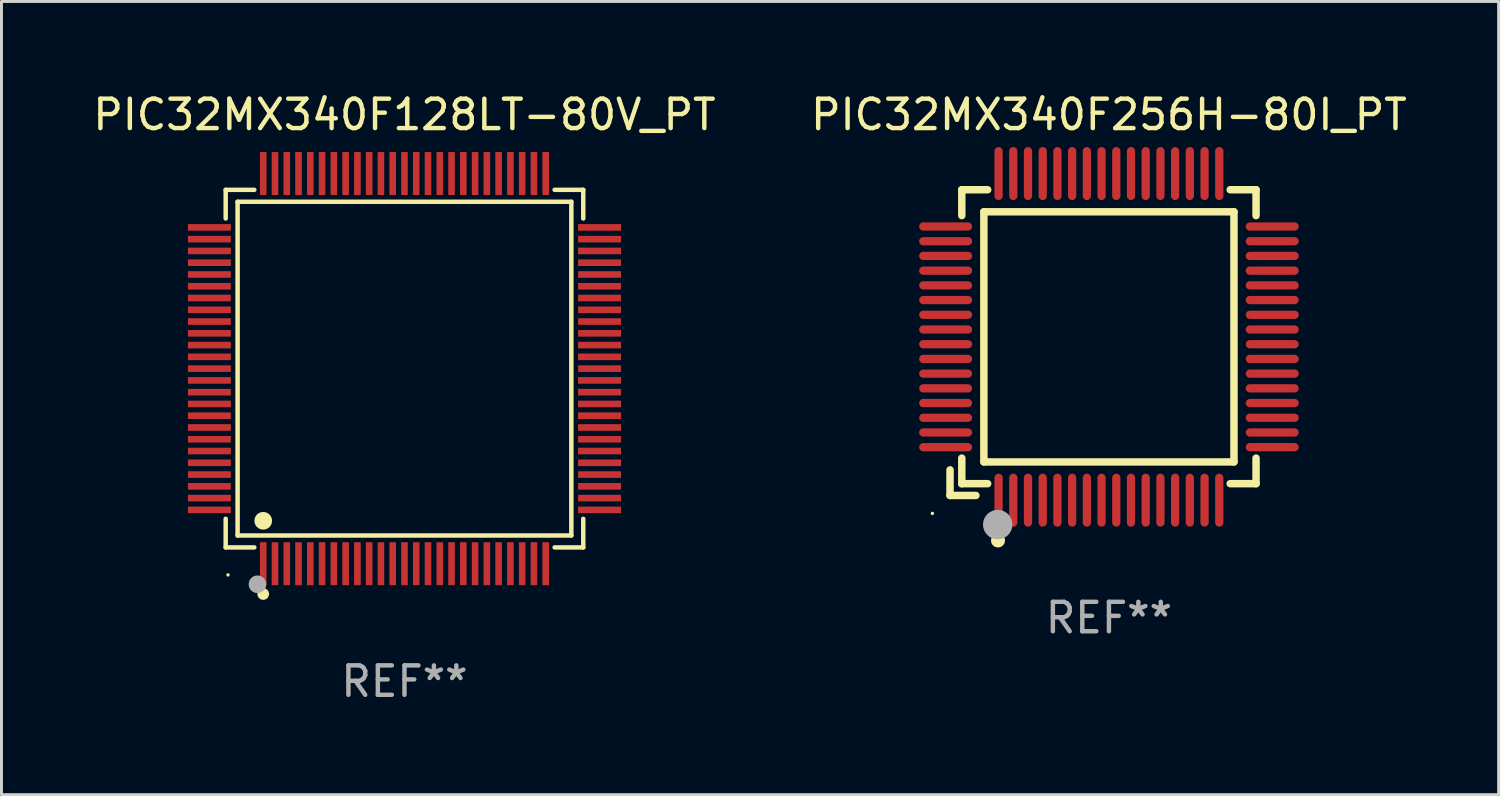
<source format=kicad_pcb>
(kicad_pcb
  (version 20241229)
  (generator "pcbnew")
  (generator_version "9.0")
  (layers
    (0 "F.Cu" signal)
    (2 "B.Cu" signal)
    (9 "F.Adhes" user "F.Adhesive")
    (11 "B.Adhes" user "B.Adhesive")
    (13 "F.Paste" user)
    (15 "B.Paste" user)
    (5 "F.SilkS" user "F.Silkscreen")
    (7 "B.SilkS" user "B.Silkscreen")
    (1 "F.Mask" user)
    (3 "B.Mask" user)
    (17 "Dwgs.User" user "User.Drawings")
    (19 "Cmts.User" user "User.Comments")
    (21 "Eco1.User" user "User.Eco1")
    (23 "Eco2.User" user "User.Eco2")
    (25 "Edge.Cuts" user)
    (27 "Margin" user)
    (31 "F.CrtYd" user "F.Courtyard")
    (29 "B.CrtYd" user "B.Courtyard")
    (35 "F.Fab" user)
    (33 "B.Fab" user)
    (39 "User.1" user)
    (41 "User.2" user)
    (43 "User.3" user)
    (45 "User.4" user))
  (footprint "PIC32MX340F256H-80I_PT"
    (layer "F.Cu")
    (at 34.637 8.398)
    (property "Reference" "PIC32MX340F256H-80I_PT" (at 0 -7.55 0) (layer "F.SilkS") (effects (font (size 1 1) (thickness 0.15))))
    (attr through_hole)
    (fp_line (start -5.4 4.521) (end -5.4 5.39) (stroke (width 0.254) (type solid)) (layer "F.SilkS"))
    (fp_line (start -5.4 5.39) (end -4.521 5.39) (stroke (width 0.254) (type solid)) (layer "F.SilkS"))
    (fp_line (start -5 -5) (end -5 -4.121) (stroke (width 0.254) (type solid)) (layer "F.SilkS"))
    (fp_line (start -5 4.121) (end -5 4.99) (stroke (width 0.254) (type solid)) (layer "F.SilkS"))
    (fp_line (start -5 4.99) (end -4.121 4.99) (stroke (width 0.254) (type solid)) (layer "F.SilkS"))
    (fp_line (start -4.25 -4.25) (end -4.25 4.25) (stroke (width 0.254) (type solid)) (layer "F.SilkS"))
    (fp_line (start -4.25 4.25) (end 4.25 4.25) (stroke (width 0.254) (type solid)) (layer "F.SilkS"))
    (fp_line (start -4.121 -5) (end -5 -5) (stroke (width 0.254) (type solid)) (layer "F.SilkS"))
    (fp_line (start 4.121 4.99) (end 5 4.99) (stroke (width 0.254) (type solid)) (layer "F.SilkS"))
    (fp_line (start 4.25 -4.25) (end -4.25 -4.25) (stroke (width 0.254) (type solid)) (layer "F.SilkS"))
    (fp_line (start 4.25 4.25) (end 4.25 -4.25) (stroke (width 0.254) (type solid)) (layer "F.SilkS"))
    (fp_line (start 5 -5) (end 4.121 -5) (stroke (width 0.254) (type solid)) (layer "F.SilkS"))
    (fp_line (start 5 -4.121) (end 5 -5) (stroke (width 0.254) (type solid)) (layer "F.SilkS"))
    (fp_line (start 5 4.99) (end 5 4.121) (stroke (width 0.254) (type solid)) (layer "F.SilkS"))
    (fp_circle (center -6 6) (end -5.97 6) (stroke (width 0.06) (type solid)) (fill no) (layer "F.SilkS"))
    (fp_circle (center -3.77 6.92) (end -3.65 6.92) (stroke (width 0.24) (type solid)) (fill no) (layer "F.SilkS"))
    (fp_circle (center -3.78 6.38) (end -3.53 6.38) (stroke (width 0.5) (type solid)) (fill no) (layer "F.Fab"))
    (fp_text user "REF**" (at 0 9.55 0) (layer "F.Fab") (effects (font (size 1 1) (thickness 0.15))))
    (pad "1" smd oval (at -3.75 5.55) (size 0.28 1.8) (layers "F.Cu" "F.Mask" "F.Paste"))
    (pad "2" smd oval (at -3.25 5.55) (size 0.28 1.8) (layers "F.Cu" "F.Mask" "F.Paste"))
    (pad "3" smd oval (at -2.75 5.55) (size 0.28 1.8) (layers "F.Cu" "F.Mask" "F.Paste"))
    (pad "4" smd oval (at -2.25 5.55) (size 0.28 1.8) (layers "F.Cu" "F.Mask" "F.Paste"))
    (pad "5" smd oval (at -1.75 5.55) (size 0.28 1.8) (layers "F.Cu" "F.Mask" "F.Paste"))
    (pad "6" smd oval (at -1.25 5.55) (size 0.28 1.8) (layers "F.Cu" "F.Mask" "F.Paste"))
    (pad "7" smd oval (at -0.75 5.55) (size 0.28 1.8) (layers "F.Cu" "F.Mask" "F.Paste"))
    (pad "8" smd oval (at -0.25 5.55) (size 0.28 1.8) (layers "F.Cu" "F.Mask" "F.Paste"))
    (pad "9" smd oval (at 0.25 5.55) (size 0.28 1.8) (layers "F.Cu" "F.Mask" "F.Paste"))
    (pad "10" smd oval (at 0.75 5.55) (size 0.28 1.8) (layers "F.Cu" "F.Mask" "F.Paste"))
    (pad "11" smd oval (at 1.25 5.55) (size 0.28 1.8) (layers "F.Cu" "F.Mask" "F.Paste"))
    (pad "12" smd oval (at 1.75 5.55) (size 0.28 1.8) (layers "F.Cu" "F.Mask" "F.Paste"))
    (pad "13" smd oval (at 2.25 5.55) (size 0.28 1.8) (layers "F.Cu" "F.Mask" "F.Paste"))
    (pad "14" smd oval (at 2.75 5.55) (size 0.28 1.8) (layers "F.Cu" "F.Mask" "F.Paste"))
    (pad "15" smd oval (at 3.25 5.55) (size 0.28 1.8) (layers "F.Cu" "F.Mask" "F.Paste"))
    (pad "16" smd oval (at 3.75 5.55) (size 0.28 1.8) (layers "F.Cu" "F.Mask" "F.Paste"))
    (pad "17" smd oval (at 5.55 3.75) (size 1.8 0.28) (layers "F.Cu" "F.Mask" "F.Paste"))
    (pad "18" smd oval (at 5.55 3.25) (size 1.8 0.28) (layers "F.Cu" "F.Mask" "F.Paste"))
    (pad "19" smd oval (at 5.55 2.75) (size 1.8 0.28) (layers "F.Cu" "F.Mask" "F.Paste"))
    (pad "20" smd oval (at 5.55 2.25) (size 1.8 0.28) (layers "F.Cu" "F.Mask" "F.Paste"))
    (pad "21" smd oval (at 5.55 1.75) (size 1.8 0.28) (layers "F.Cu" "F.Mask" "F.Paste"))
    (pad "22" smd oval (at 5.55 1.25) (size 1.8 0.28) (layers "F.Cu" "F.Mask" "F.Paste"))
    (pad "23" smd oval (at 5.55 0.75) (size 1.8 0.28) (layers "F.Cu" "F.Mask" "F.Paste"))
    (pad "24" smd oval (at 5.55 0.25) (size 1.8 0.28) (layers "F.Cu" "F.Mask" "F.Paste"))
    (pad "25" smd oval (at 5.55 -0.25) (size 1.8 0.28) (layers "F.Cu" "F.Mask" "F.Paste"))
    (pad "26" smd oval (at 5.55 -0.75) (size 1.8 0.28) (layers "F.Cu" "F.Mask" "F.Paste"))
    (pad "27" smd oval (at 5.55 -1.25) (size 1.8 0.28) (layers "F.Cu" "F.Mask" "F.Paste"))
    (pad "28" smd oval (at 5.55 -1.75) (size 1.8 0.28) (layers "F.Cu" "F.Mask" "F.Paste"))
    (pad "29" smd oval (at 5.55 -2.25) (size 1.8 0.28) (layers "F.Cu" "F.Mask" "F.Paste"))
    (pad "30" smd oval (at 5.55 -2.75) (size 1.8 0.28) (layers "F.Cu" "F.Mask" "F.Paste"))
    (pad "31" smd oval (at 5.55 -3.25) (size 1.8 0.28) (layers "F.Cu" "F.Mask" "F.Paste"))
    (pad "32" smd oval (at 5.55 -3.75) (size 1.8 0.28) (layers "F.Cu" "F.Mask" "F.Paste"))
    (pad "33" smd oval (at 3.75 -5.55) (size 0.28 1.8) (layers "F.Cu" "F.Mask" "F.Paste"))
    (pad "34" smd oval (at 3.25 -5.55) (size 0.28 1.8) (layers "F.Cu" "F.Mask" "F.Paste"))
    (pad "35" smd oval (at 2.75 -5.55) (size 0.28 1.8) (layers "F.Cu" "F.Mask" "F.Paste"))
    (pad "36" smd oval (at 2.25 -5.55) (size 0.28 1.8) (layers "F.Cu" "F.Mask" "F.Paste"))
    (pad "37" smd oval (at 1.75 -5.55) (size 0.28 1.8) (layers "F.Cu" "F.Mask" "F.Paste"))
    (pad "38" smd oval (at 1.25 -5.55) (size 0.28 1.8) (layers "F.Cu" "F.Mask" "F.Paste"))
    (pad "39" smd oval (at 0.75 -5.55) (size 0.28 1.8) (layers "F.Cu" "F.Mask" "F.Paste"))
    (pad "40" smd oval (at 0.25 -5.55) (size 0.28 1.8) (layers "F.Cu" "F.Mask" "F.Paste"))
    (pad "41" smd oval (at -0.25 -5.55) (size 0.28 1.8) (layers "F.Cu" "F.Mask" "F.Paste"))
    (pad "42" smd oval (at -0.75 -5.55) (size 0.28 1.8) (layers "F.Cu" "F.Mask" "F.Paste"))
    (pad "43" smd oval (at -1.25 -5.55) (size 0.28 1.8) (layers "F.Cu" "F.Mask" "F.Paste"))
    (pad "44" smd oval (at -1.75 -5.55) (size 0.28 1.8) (layers "F.Cu" "F.Mask" "F.Paste"))
    (pad "45" smd oval (at -2.25 -5.55) (size 0.28 1.8) (layers "F.Cu" "F.Mask" "F.Paste"))
    (pad "46" smd oval (at -2.75 -5.55) (size 0.28 1.8) (layers "F.Cu" "F.Mask" "F.Paste"))
    (pad "47" smd oval (at -3.25 -5.55) (size 0.28 1.8) (layers "F.Cu" "F.Mask" "F.Paste"))
    (pad "48" smd oval (at -3.75 -5.55) (size 0.28 1.8) (layers "F.Cu" "F.Mask" "F.Paste"))
    (pad "49" smd oval (at -5.55 -3.75) (size 1.8 0.28) (layers "F.Cu" "F.Mask" "F.Paste"))
    (pad "50" smd oval (at -5.55 -3.25) (size 1.8 0.28) (layers "F.Cu" "F.Mask" "F.Paste"))
    (pad "51" smd oval (at -5.55 -2.75) (size 1.8 0.28) (layers "F.Cu" "F.Mask" "F.Paste"))
    (pad "52" smd oval (at -5.55 -2.25) (size 1.8 0.28) (layers "F.Cu" "F.Mask" "F.Paste"))
    (pad "53" smd oval (at -5.55 -1.75) (size 1.8 0.28) (layers "F.Cu" "F.Mask" "F.Paste"))
    (pad "54" smd oval (at -5.55 -1.25) (size 1.8 0.28) (layers "F.Cu" "F.Mask" "F.Paste"))
    (pad "55" smd oval (at -5.55 -0.75) (size 1.8 0.28) (layers "F.Cu" "F.Mask" "F.Paste"))
    (pad "56" smd oval (at -5.55 -0.25) (size 1.8 0.28) (layers "F.Cu" "F.Mask" "F.Paste"))
    (pad "57" smd oval (at -5.55 0.25) (size 1.8 0.28) (layers "F.Cu" "F.Mask" "F.Paste"))
    (pad "58" smd oval (at -5.55 0.75) (size 1.8 0.28) (layers "F.Cu" "F.Mask" "F.Paste"))
    (pad "59" smd oval (at -5.55 1.25) (size 1.8 0.28) (layers "F.Cu" "F.Mask" "F.Paste"))
    (pad "60" smd oval (at -5.55 1.75) (size 1.8 0.28) (layers "F.Cu" "F.Mask" "F.Paste"))
    (pad "61" smd oval (at -5.55 2.25) (size 1.8 0.28) (layers "F.Cu" "F.Mask" "F.Paste"))
    (pad "62" smd oval (at -5.55 2.75) (size 1.8 0.28) (layers "F.Cu" "F.Mask" "F.Paste"))
    (pad "63" smd oval (at -5.55 3.25) (size 1.8 0.28) (layers "F.Cu" "F.Mask" "F.Paste"))
    (pad "64" smd oval (at -5.55 3.75) (size 1.8 0.28) (layers "F.Cu" "F.Mask" "F.Paste")))
  (footprint "PIC32MX340F128LT-80V_PT"
    (layer "F.Cu")
    (at 10.696 9.478)
    (property "Reference" "PIC32MX340F128LT-80V_PT" (at 0 -8.63 0) (layer "F.SilkS") (effects (font (size 1 1) (thickness 0.15))))
    (attr through_hole)
    (fp_line (start -6.076 -6.076) (end -5.103 -6.076) (stroke (width 0.152) (type solid)) (layer "F.SilkS"))
    (fp_line (start -6.076 -5.103) (end -6.076 -6.076) (stroke (width 0.152) (type solid)) (layer "F.SilkS"))
    (fp_line (start -6.076 5.103) (end -6.076 6.076) (stroke (width 0.152) (type solid)) (layer "F.SilkS"))
    (fp_line (start -6.076 6.076) (end -5.103 6.076) (stroke (width 0.152) (type solid)) (layer "F.SilkS"))
    (fp_line (start -5.671 -5.671) (end 5.671 -5.671) (stroke (width 0.152) (type solid)) (layer "F.SilkS"))
    (fp_line (start -5.671 5.671) (end -5.671 -5.671) (stroke (width 0.152) (type solid)) (layer "F.SilkS"))
    (fp_line (start 5.671 -5.671) (end 5.671 5.671) (stroke (width 0.152) (type solid)) (layer "F.SilkS"))
    (fp_line (start 5.671 5.671) (end -5.671 5.671) (stroke (width 0.152) (type solid)) (layer "F.SilkS"))
    (fp_line (start 6.076 -6.076) (end 5.103 -6.076) (stroke (width 0.152) (type solid)) (layer "F.SilkS"))
    (fp_line (start 6.076 -5.103) (end 6.076 -6.076) (stroke (width 0.152) (type solid)) (layer "F.SilkS"))
    (fp_line (start 6.076 5.103) (end 6.076 6.076) (stroke (width 0.152) (type solid)) (layer "F.SilkS"))
    (fp_line (start 6.076 6.076) (end 5.103 6.076) (stroke (width 0.152) (type solid)) (layer "F.SilkS"))
    (fp_circle (center -5.997 7.01) (end -5.967 7.01) (stroke (width 0.06) (type solid)) (fill no) (layer "F.SilkS"))
    (fp_circle (center -4.8 5.171) (end -4.65 5.171) (stroke (width 0.3) (type solid)) (fill no) (layer "F.SilkS"))
    (fp_circle (center -4.8 7.66) (end -4.7 7.66) (stroke (width 0.2) (type solid)) (fill no) (layer "F.SilkS"))
    (fp_circle (center -4.996 7.329) (end -4.846 7.329) (stroke (width 0.3) (type solid)) (fill no) (layer "F.Fab"))
    (fp_text user "REF**" (at 0 10.63 0) (layer "F.Fab") (effects (font (size 1 1) (thickness 0.15))))
    (pad "1" smd rect (at -4.8 6.63) (size 0.224 1.46) (layers "F.Cu" "F.Mask" "F.Paste"))
    (pad "2" smd rect (at -4.4 6.63) (size 0.224 1.46) (layers "F.Cu" "F.Mask" "F.Paste"))
    (pad "3" smd rect (at -4 6.63) (size 0.224 1.46) (layers "F.Cu" "F.Mask" "F.Paste"))
    (pad "4" smd rect (at -3.6 6.63) (size 0.224 1.46) (layers "F.Cu" "F.Mask" "F.Paste"))
    (pad "5" smd rect (at -3.2 6.63) (size 0.224 1.46) (layers "F.Cu" "F.Mask" "F.Paste"))
    (pad "6" smd rect (at -2.8 6.63) (size 0.224 1.46) (layers "F.Cu" "F.Mask" "F.Paste"))
    (pad "7" smd rect (at -2.4 6.63) (size 0.224 1.46) (layers "F.Cu" "F.Mask" "F.Paste"))
    (pad "8" smd rect (at -2 6.63) (size 0.224 1.46) (layers "F.Cu" "F.Mask" "F.Paste"))
    (pad "9" smd rect (at -1.6 6.63) (size 0.224 1.46) (layers "F.Cu" "F.Mask" "F.Paste"))
    (pad "10" smd rect (at -1.2 6.63) (size 0.224 1.46) (layers "F.Cu" "F.Mask" "F.Paste"))
    (pad "11" smd rect (at -0.8 6.63) (size 0.224 1.46) (layers "F.Cu" "F.Mask" "F.Paste"))
    (pad "12" smd rect (at -0.4 6.63) (size 0.224 1.46) (layers "F.Cu" "F.Mask" "F.Paste"))
    (pad "13" smd rect (at 0 6.63) (size 0.224 1.46) (layers "F.Cu" "F.Mask" "F.Paste"))
    (pad "14" smd rect (at 0.4 6.63) (size 0.224 1.46) (layers "F.Cu" "F.Mask" "F.Paste"))
    (pad "15" smd rect (at 0.8 6.63) (size 0.224 1.46) (layers "F.Cu" "F.Mask" "F.Paste"))
    (pad "16" smd rect (at 1.2 6.63) (size 0.224 1.46) (layers "F.Cu" "F.Mask" "F.Paste"))
    (pad "17" smd rect (at 1.6 6.63) (size 0.224 1.46) (layers "F.Cu" "F.Mask" "F.Paste"))
    (pad "18" smd rect (at 2 6.63) (size 0.224 1.46) (layers "F.Cu" "F.Mask" "F.Paste"))
    (pad "19" smd rect (at 2.4 6.63) (size 0.224 1.46) (layers "F.Cu" "F.Mask" "F.Paste"))
    (pad "20" smd rect (at 2.8 6.63) (size 0.224 1.46) (layers "F.Cu" "F.Mask" "F.Paste"))
    (pad "21" smd rect (at 3.2 6.63) (size 0.224 1.46) (layers "F.Cu" "F.Mask" "F.Paste"))
    (pad "22" smd rect (at 3.6 6.63) (size 0.224 1.46) (layers "F.Cu" "F.Mask" "F.Paste"))
    (pad "23" smd rect (at 4 6.63) (size 0.224 1.46) (layers "F.Cu" "F.Mask" "F.Paste"))
    (pad "24" smd rect (at 4.4 6.63) (size 0.224 1.46) (layers "F.Cu" "F.Mask" "F.Paste"))
    (pad "25" smd rect (at 4.8 6.63) (size 0.224 1.46) (layers "F.Cu" "F.Mask" "F.Paste"))
    (pad "26" smd rect (at 6.63 4.8) (size 1.46 0.224) (layers "F.Cu" "F.Mask" "F.Paste"))
    (pad "27" smd rect (at 6.63 4.4) (size 1.46 0.224) (layers "F.Cu" "F.Mask" "F.Paste"))
    (pad "28" smd rect (at 6.63 4) (size 1.46 0.224) (layers "F.Cu" "F.Mask" "F.Paste"))
    (pad "29" smd rect (at 6.63 3.6) (size 1.46 0.224) (layers "F.Cu" "F.Mask" "F.Paste"))
    (pad "30" smd rect (at 6.63 3.2) (size 1.46 0.224) (layers "F.Cu" "F.Mask" "F.Paste"))
    (pad "31" smd rect (at 6.63 2.8) (size 1.46 0.224) (layers "F.Cu" "F.Mask" "F.Paste"))
    (pad "32" smd rect (at 6.63 2.4) (size 1.46 0.224) (layers "F.Cu" "F.Mask" "F.Paste"))
    (pad "33" smd rect (at 6.63 2) (size 1.46 0.224) (layers "F.Cu" "F.Mask" "F.Paste"))
    (pad "34" smd rect (at 6.63 1.6) (size 1.46 0.224) (layers "F.Cu" "F.Mask" "F.Paste"))
    (pad "35" smd rect (at 6.63 1.2) (size 1.46 0.224) (layers "F.Cu" "F.Mask" "F.Paste"))
    (pad "36" smd rect (at 6.63 0.8) (size 1.46 0.224) (layers "F.Cu" "F.Mask" "F.Paste"))
    (pad "37" smd rect (at 6.63 0.4) (size 1.46 0.224) (layers "F.Cu" "F.Mask" "F.Paste"))
    (pad "38" smd rect (at 6.63 0) (size 1.46 0.224) (layers "F.Cu" "F.Mask" "F.Paste"))
    (pad "39" smd rect (at 6.63 -0.4) (size 1.46 0.224) (layers "F.Cu" "F.Mask" "F.Paste"))
    (pad "40" smd rect (at 6.63 -0.8) (size 1.46 0.224) (layers "F.Cu" "F.Mask" "F.Paste"))
    (pad "41" smd rect (at 6.63 -1.2) (size 1.46 0.224) (layers "F.Cu" "F.Mask" "F.Paste"))
    (pad "42" smd rect (at 6.63 -1.6) (size 1.46 0.224) (layers "F.Cu" "F.Mask" "F.Paste"))
    (pad "43" smd rect (at 6.63 -2) (size 1.46 0.224) (layers "F.Cu" "F.Mask" "F.Paste"))
    (pad "44" smd rect (at 6.63 -2.4) (size 1.46 0.224) (layers "F.Cu" "F.Mask" "F.Paste"))
    (pad "45" smd rect (at 6.63 -2.8) (size 1.46 0.224) (layers "F.Cu" "F.Mask" "F.Paste"))
    (pad "46" smd rect (at 6.63 -3.2) (size 1.46 0.224) (layers "F.Cu" "F.Mask" "F.Paste"))
    (pad "47" smd rect (at 6.63 -3.6) (size 1.46 0.224) (layers "F.Cu" "F.Mask" "F.Paste"))
    (pad "48" smd rect (at 6.63 -4) (size 1.46 0.224) (layers "F.Cu" "F.Mask" "F.Paste"))
    (pad "49" smd rect (at 6.63 -4.4) (size 1.46 0.224) (layers "F.Cu" "F.Mask" "F.Paste"))
    (pad "50" smd rect (at 6.63 -4.8) (size 1.46 0.224) (layers "F.Cu" "F.Mask" "F.Paste"))
    (pad "51" smd rect (at 4.8 -6.63) (size 0.224 1.46) (layers "F.Cu" "F.Mask" "F.Paste"))
    (pad "52" smd rect (at 4.4 -6.63) (size 0.224 1.46) (layers "F.Cu" "F.Mask" "F.Paste"))
    (pad "53" smd rect (at 4 -6.63) (size 0.224 1.46) (layers "F.Cu" "F.Mask" "F.Paste"))
    (pad "54" smd rect (at 3.6 -6.63) (size 0.224 1.46) (layers "F.Cu" "F.Mask" "F.Paste"))
    (pad "55" smd rect (at 3.2 -6.63) (size 0.224 1.46) (layers "F.Cu" "F.Mask" "F.Paste"))
    (pad "56" smd rect (at 2.8 -6.63) (size 0.224 1.46) (layers "F.Cu" "F.Mask" "F.Paste"))
    (pad "57" smd rect (at 2.4 -6.63) (size 0.224 1.46) (layers "F.Cu" "F.Mask" "F.Paste"))
    (pad "58" smd rect (at 2 -6.63) (size 0.224 1.46) (layers "F.Cu" "F.Mask" "F.Paste"))
    (pad "59" smd rect (at 1.6 -6.63) (size 0.224 1.46) (layers "F.Cu" "F.Mask" "F.Paste"))
    (pad "60" smd rect (at 1.2 -6.63) (size 0.224 1.46) (layers "F.Cu" "F.Mask" "F.Paste"))
    (pad "61" smd rect (at 0.8 -6.63) (size 0.224 1.46) (layers "F.Cu" "F.Mask" "F.Paste"))
    (pad "62" smd rect (at 0.4 -6.63) (size 0.224 1.46) (layers "F.Cu" "F.Mask" "F.Paste"))
    (pad "63" smd rect (at 0 -6.63) (size 0.224 1.46) (layers "F.Cu" "F.Mask" "F.Paste"))
    (pad "64" smd rect (at -0.4 -6.63) (size 0.224 1.46) (layers "F.Cu" "F.Mask" "F.Paste"))
    (pad "65" smd rect (at -0.8 -6.63) (size 0.224 1.46) (layers "F.Cu" "F.Mask" "F.Paste"))
    (pad "66" smd rect (at -1.2 -6.63) (size 0.224 1.46) (layers "F.Cu" "F.Mask" "F.Paste"))
    (pad "67" smd rect (at -1.6 -6.63) (size 0.224 1.46) (layers "F.Cu" "F.Mask" "F.Paste"))
    (pad "68" smd rect (at -2 -6.63) (size 0.224 1.46) (layers "F.Cu" "F.Mask" "F.Paste"))
    (pad "69" smd rect (at -2.4 -6.63) (size 0.224 1.46) (layers "F.Cu" "F.Mask" "F.Paste"))
    (pad "70" smd rect (at -2.8 -6.63) (size 0.224 1.46) (layers "F.Cu" "F.Mask" "F.Paste"))
    (pad "71" smd rect (at -3.2 -6.63) (size 0.224 1.46) (layers "F.Cu" "F.Mask" "F.Paste"))
    (pad "72" smd rect (at -3.6 -6.63) (size 0.224 1.46) (layers "F.Cu" "F.Mask" "F.Paste"))
    (pad "73" smd rect (at -4 -6.63) (size 0.224 1.46) (layers "F.Cu" "F.Mask" "F.Paste"))
    (pad "74" smd rect (at -4.4 -6.63) (size 0.224 1.46) (layers "F.Cu" "F.Mask" "F.Paste"))
    (pad "75" smd rect (at -4.8 -6.63) (size 0.224 1.46) (layers "F.Cu" "F.Mask" "F.Paste"))
    (pad "76" smd rect (at -6.63 -4.8) (size 1.46 0.224) (layers "F.Cu" "F.Mask" "F.Paste"))
    (pad "77" smd rect (at -6.63 -4.4) (size 1.46 0.224) (layers "F.Cu" "F.Mask" "F.Paste"))
    (pad "78" smd rect (at -6.63 -4) (size 1.46 0.224) (layers "F.Cu" "F.Mask" "F.Paste"))
    (pad "79" smd rect (at -6.63 -3.6) (size 1.46 0.224) (layers "F.Cu" "F.Mask" "F.Paste"))
    (pad "80" smd rect (at -6.63 -3.2) (size 1.46 0.224) (layers "F.Cu" "F.Mask" "F.Paste"))
    (pad "81" smd rect (at -6.63 -2.8) (size 1.46 0.224) (layers "F.Cu" "F.Mask" "F.Paste"))
    (pad "82" smd rect (at -6.63 -2.4) (size 1.46 0.224) (layers "F.Cu" "F.Mask" "F.Paste"))
    (pad "83" smd rect (at -6.63 -2) (size 1.46 0.224) (layers "F.Cu" "F.Mask" "F.Paste"))
    (pad "84" smd rect (at -6.63 -1.6) (size 1.46 0.224) (layers "F.Cu" "F.Mask" "F.Paste"))
    (pad "85" smd rect (at -6.63 -1.2) (size 1.46 0.224) (layers "F.Cu" "F.Mask" "F.Paste"))
    (pad "86" smd rect (at -6.63 -0.8) (size 1.46 0.224) (layers "F.Cu" "F.Mask" "F.Paste"))
    (pad "87" smd rect (at -6.63 -0.4) (size 1.46 0.224) (layers "F.Cu" "F.Mask" "F.Paste"))
    (pad "88" smd rect (at -6.63 0) (size 1.46 0.224) (layers "F.Cu" "F.Mask" "F.Paste"))
    (pad "89" smd rect (at -6.63 0.4) (size 1.46 0.224) (layers "F.Cu" "F.Mask" "F.Paste"))
    (pad "90" smd rect (at -6.63 0.8) (size 1.46 0.224) (layers "F.Cu" "F.Mask" "F.Paste"))
    (pad "91" smd rect (at -6.63 1.2) (size 1.46 0.224) (layers "F.Cu" "F.Mask" "F.Paste"))
    (pad "92" smd rect (at -6.63 1.6) (size 1.46 0.224) (layers "F.Cu" "F.Mask" "F.Paste"))
    (pad "93" smd rect (at -6.63 2) (size 1.46 0.224) (layers "F.Cu" "F.Mask" "F.Paste"))
    (pad "94" smd rect (at -6.63 2.4) (size 1.46 0.224) (layers "F.Cu" "F.Mask" "F.Paste"))
    (pad "95" smd rect (at -6.63 2.8) (size 1.46 0.224) (layers "F.Cu" "F.Mask" "F.Paste"))
    (pad "96" smd rect (at -6.63 3.2) (size 1.46 0.224) (layers "F.Cu" "F.Mask" "F.Paste"))
    (pad "97" smd rect (at -6.63 3.6) (size 1.46 0.224) (layers "F.Cu" "F.Mask" "F.Paste"))
    (pad "98" smd rect (at -6.63 4) (size 1.46 0.224) (layers "F.Cu" "F.Mask" "F.Paste"))
    (pad "99" smd rect (at -6.63 4.4) (size 1.46 0.224) (layers "F.Cu" "F.Mask" "F.Paste"))
    (pad "100" smd rect (at -6.63 4.8) (size 1.46 0.224) (layers "F.Cu" "F.Mask" "F.Paste")))
  (gr_rect
    (start -3 -3)
    (end 47.881 23.956)
    (stroke (width 0.1) (type default))
    (fill no)
    (layer "Edge.Cuts")))
</source>
